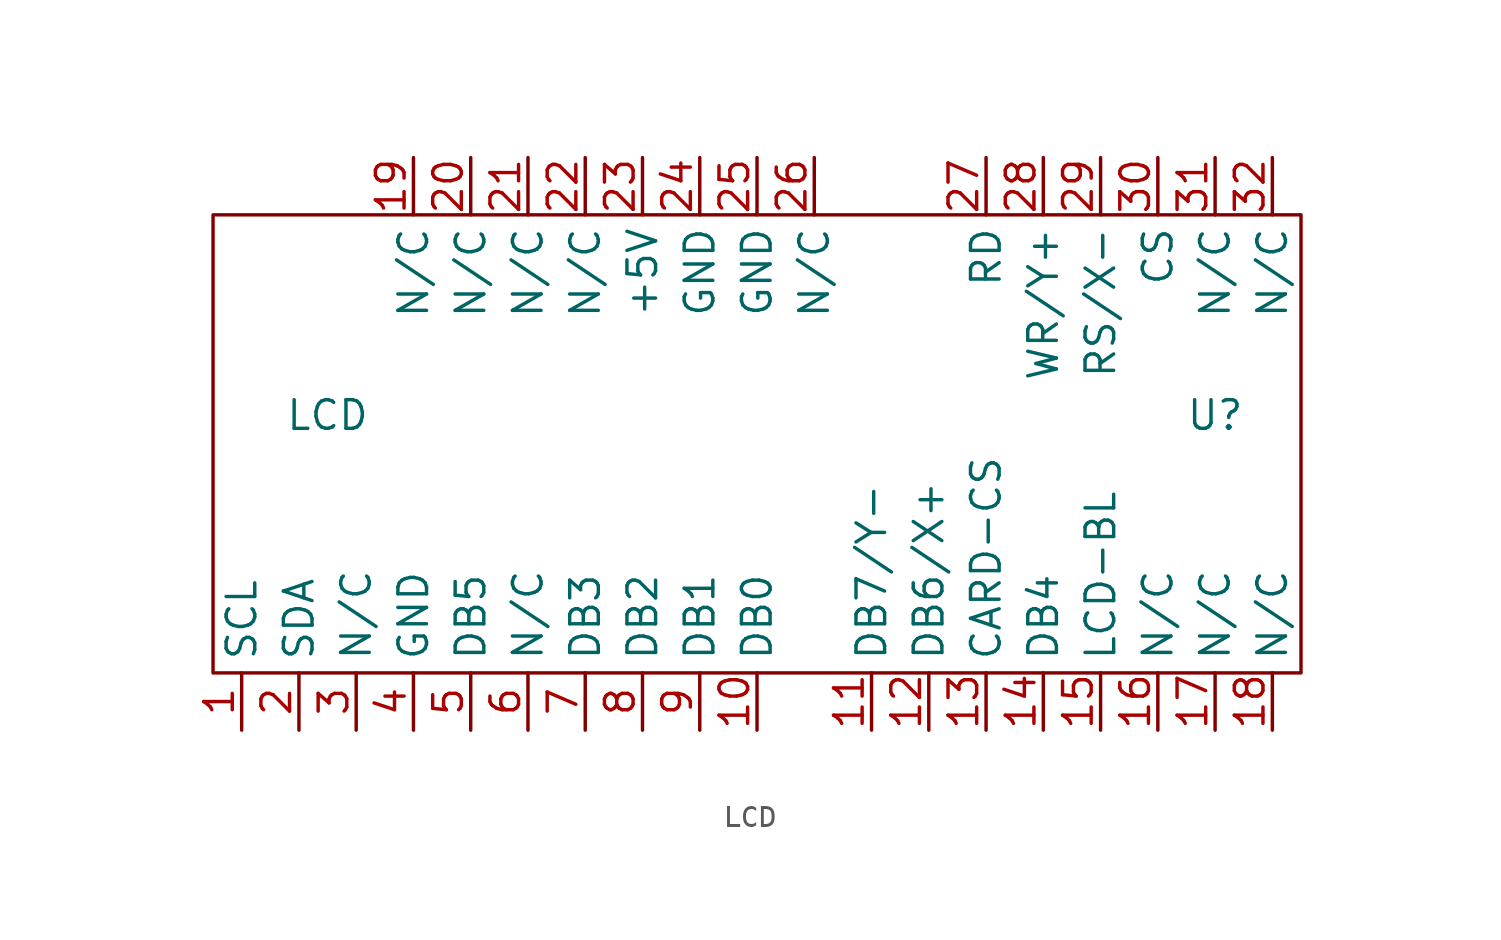
<source format=kicad_sym>
(kicad_symbol_lib
  (version 20211014)
  (generator kicad_symbol_editor)
  (symbol "LCD"
    (property "Reference" "U"
      (at 43.18 13.97 0)
      (effects (font (size 1.27 1.27))))
    (property "Value" "LCD"
      (at 3.81 13.97 0)
      (effects (font (size 1.27 1.27))))
    (property "ki_locked" ""
      (at 0 0 0)
      (effects (font (size 1.27 1.27))))
    (symbol "LCD_1_1"
      (rectangle (start -1.27 22.86) (end 46.99 2.54) (stroke (width 0) (type default) (color 0 0 0 0)) (fill (type none)))
      (pin open_collector line (at 0 0 90) (length 2.54) (name "SCL" (effects (font (size 1.27 1.27)))) (number "1" (effects (font (size 1.27 1.27)))))
      (pin input line (at 22.86 0 90) (length 2.54) (name "DB0" (effects (font (size 1.27 1.27)))) (number "10" (effects (font (size 1.27 1.27)))))
      (pin input line (at 27.94 0 90) (length 2.54) (name "DB7/Y-" (effects (font (size 1.27 1.27)))) (number "11" (effects (font (size 1.27 1.27)))))
      (pin input line (at 30.48 0 90) (length 2.54) (name "DB6/X+" (effects (font (size 1.27 1.27)))) (number "12" (effects (font (size 1.27 1.27)))))
      (pin input line (at 33.02 0 90) (length 2.54) (name "CARD-CS" (effects (font (size 1.27 1.27)))) (number "13" (effects (font (size 1.27 1.27)))))
      (pin input line (at 35.56 0 90) (length 2.54) (name "DB4" (effects (font (size 1.27 1.27)))) (number "14" (effects (font (size 1.27 1.27)))))
      (pin input line (at 38.1 0 90) (length 2.54) (name "LCD-BL" (effects (font (size 1.27 1.27)))) (number "15" (effects (font (size 1.27 1.27)))))
      (pin free line (at 40.64 0 90) (length 2.54) (name "N/C" (effects (font (size 1.27 1.27)))) (number "16" (effects (font (size 1.27 1.27)))))
      (pin free line (at 43.18 0 90) (length 2.54) (name "N/C" (effects (font (size 1.27 1.27)))) (number "17" (effects (font (size 1.27 1.27)))))
      (pin free line (at 45.72 0 90) (length 2.54) (name "N/C" (effects (font (size 1.27 1.27)))) (number "18" (effects (font (size 1.27 1.27)))))
      (pin free line (at 7.62 25.4 270) (length 2.54) (name "N/C" (effects (font (size 1.27 1.27)))) (number "19" (effects (font (size 1.27 1.27)))))
      (pin open_collector line (at 2.54 0 90) (length 2.54) (name "SDA" (effects (font (size 1.27 1.27)))) (number "2" (effects (font (size 1.27 1.27)))))
      (pin free line (at 10.16 25.4 270) (length 2.54) (name "N/C" (effects (font (size 1.27 1.27)))) (number "20" (effects (font (size 1.27 1.27)))))
      (pin free line (at 12.7 25.4 270) (length 2.54) (name "N/C" (effects (font (size 1.27 1.27)))) (number "21" (effects (font (size 1.27 1.27)))))
      (pin free line (at 15.24 25.4 270) (length 2.54) (name "N/C" (effects (font (size 1.27 1.27)))) (number "22" (effects (font (size 1.27 1.27)))))
      (pin power_in line (at 17.78 25.4 270) (length 2.54) (name "+5V" (effects (font (size 1.27 1.27)))) (number "23" (effects (font (size 1.27 1.27)))))
      (pin power_in line (at 20.32 25.4 270) (length 2.54) (name "GND" (effects (font (size 1.27 1.27)))) (number "24" (effects (font (size 1.27 1.27)))))
      (pin power_in line (at 22.86 25.4 270) (length 2.54) (name "GND" (effects (font (size 1.27 1.27)))) (number "25" (effects (font (size 1.27 1.27)))))
      (pin free line (at 25.4 25.4 270) (length 2.54) (name "N/C" (effects (font (size 1.27 1.27)))) (number "26" (effects (font (size 1.27 1.27)))))
      (pin input line (at 33.02 25.4 270) (length 2.54) (name "RD" (effects (font (size 1.27 1.27)))) (number "27" (effects (font (size 1.27 1.27)))))
      (pin input line (at 35.56 25.4 270) (length 2.54) (name "WR/Y+" (effects (font (size 1.27 1.27)))) (number "28" (effects (font (size 1.27 1.27)))))
      (pin input line (at 38.1 25.4 270) (length 2.54) (name "RS/X-" (effects (font (size 1.27 1.27)))) (number "29" (effects (font (size 1.27 1.27)))))
      (pin free line (at 5.08 0 90) (length 2.54) (name "N/C" (effects (font (size 1.27 1.27)))) (number "3" (effects (font (size 1.27 1.27)))))
      (pin input line (at 40.64 25.4 270) (length 2.54) (name "CS" (effects (font (size 1.27 1.27)))) (number "30" (effects (font (size 1.27 1.27)))))
      (pin free line (at 43.18 25.4 270) (length 2.54) (name "N/C" (effects (font (size 1.27 1.27)))) (number "31" (effects (font (size 1.27 1.27)))))
      (pin free line (at 45.72 25.4 270) (length 2.54) (name "N/C" (effects (font (size 1.27 1.27)))) (number "32" (effects (font (size 1.27 1.27)))))
      (pin power_in line (at 7.62 0 90) (length 2.54) (name "GND" (effects (font (size 1.27 1.27)))) (number "4" (effects (font (size 1.27 1.27)))))
      (pin input line (at 10.16 0 90) (length 2.54) (name "DB5" (effects (font (size 1.27 1.27)))) (number "5" (effects (font (size 1.27 1.27)))))
      (pin free line (at 12.7 0 90) (length 2.54) (name "N/C" (effects (font (size 1.27 1.27)))) (number "6" (effects (font (size 1.27 1.27)))))
      (pin input line (at 15.24 0 90) (length 2.54) (name "DB3" (effects (font (size 1.27 1.27)))) (number "7" (effects (font (size 1.27 1.27)))))
      (pin input line (at 17.78 0 90) (length 2.54) (name "DB2" (effects (font (size 1.27 1.27)))) (number "8" (effects (font (size 1.27 1.27)))))
      (pin input line (at 20.32 0 90) (length 2.54) (name "DB1" (effects (font (size 1.27 1.27)))) (number "9" (effects (font (size 1.27 1.27))))))))
</source>
